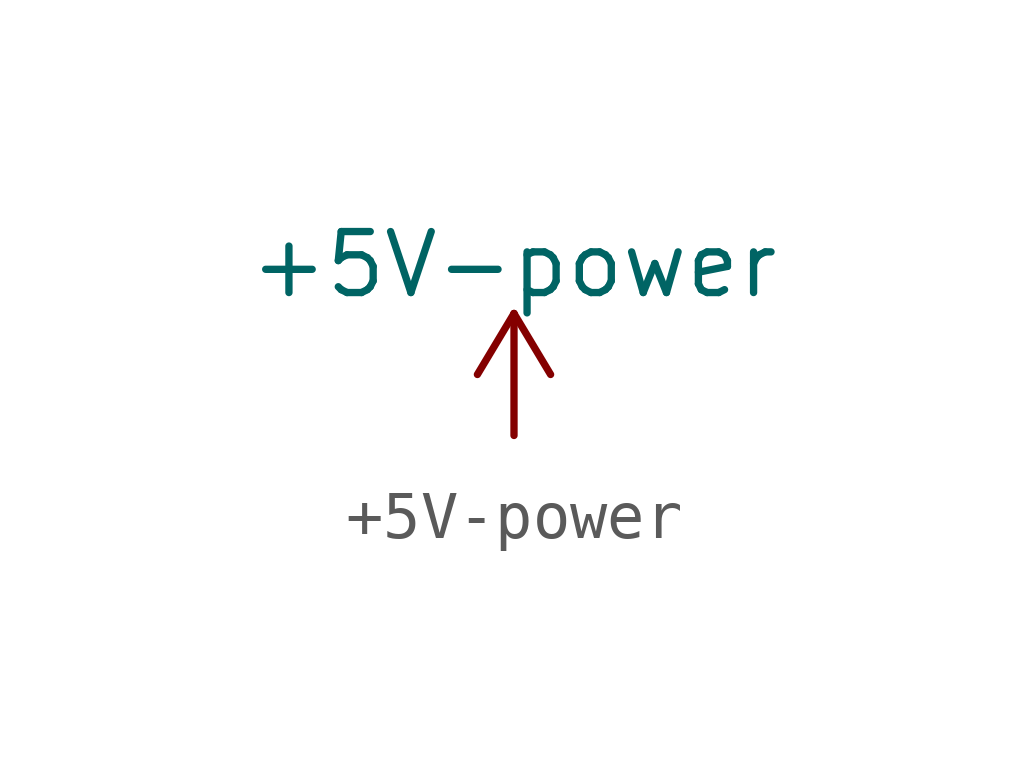
<source format=kicad_sym>
(kicad_symbol_lib
  (version 20200126)
  (host kicad_symbol_editor "(5.99.0-2809-gaceed2b0a4)")
  (symbol "LCD_Board-rescue:+5V-power"
    (power)
    (pin_names
      (offset 0))
    (property "Reference" "#PWR"
      (at 0 -3.81 0)
      (effects (font (size 1.27 1.27)) hide))
    (property "Value" "+5V-power"
      (at 0 3.556 0)
      (effects (font (size 1.27 1.27))))
    (symbol "+5V-power_0_1"
      (polyline (pts (xy -0.762 1.27) (xy 0 2.54)) (stroke (width 0)) (fill (type none)))
      (polyline (pts (xy 0 0) (xy 0 2.54)) (stroke (width 0)) (fill (type none)))
      (polyline (pts (xy 0 2.54) (xy 0.762 1.27)) (stroke (width 0)) (fill (type none))))
    (symbol "+5V-power_1_1"
      (pin power_in line (at 0 0 90) (length 0) hide (name "+5V" (effects (font (size 1.27 1.27)))) (number "1" (effects (font (size 1.27 1.27))))))))
</source>
